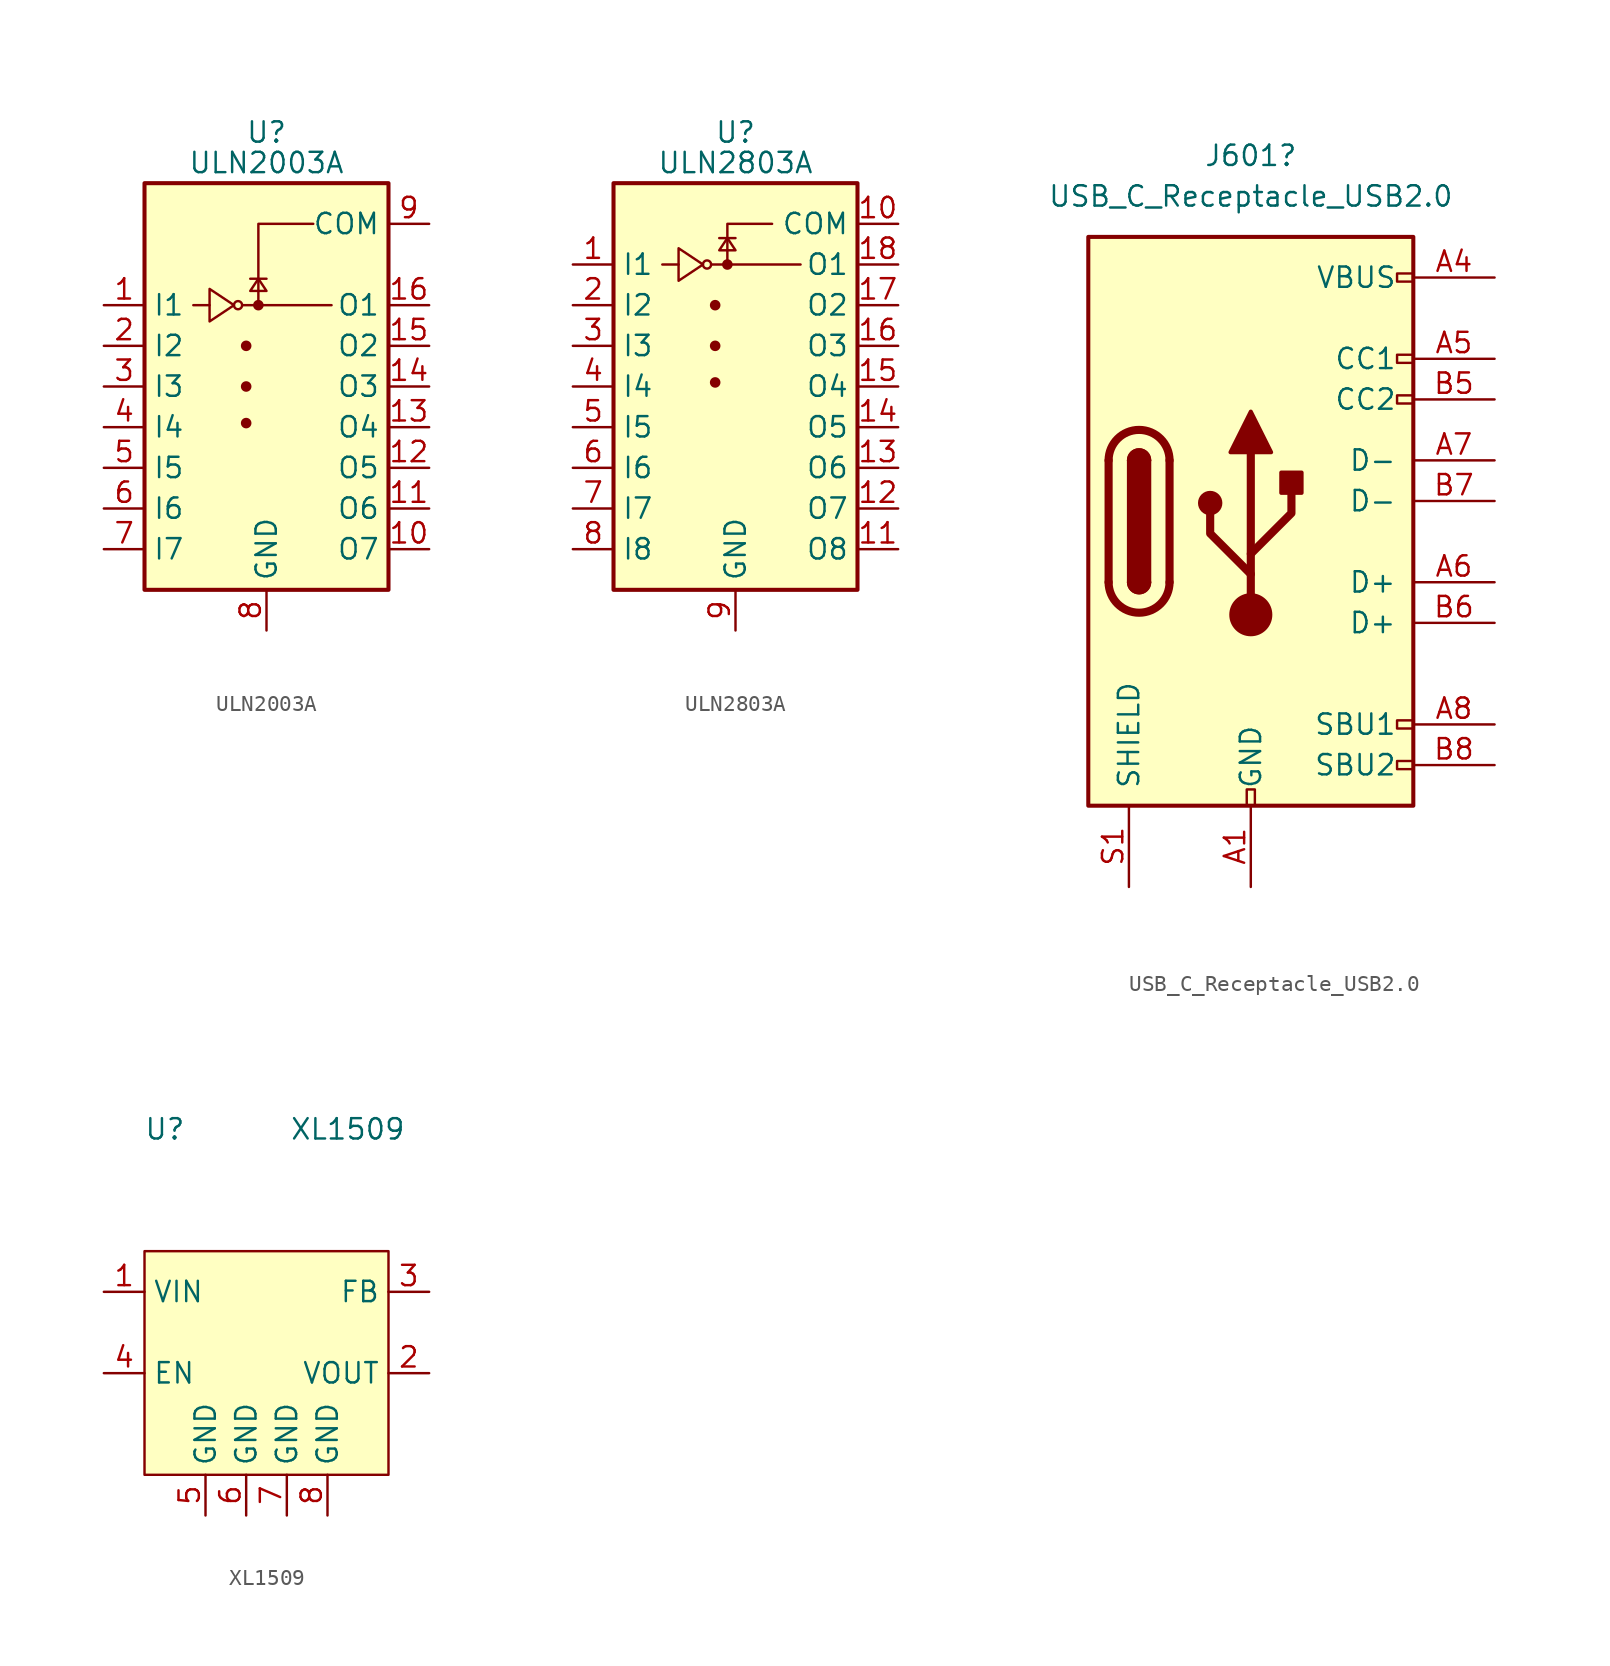
<source format=kicad_sym>
(kicad_symbol_lib
  (version 20241209)
  (generator "kicad_symbol_editor")
  (generator_version "9.0")
  (symbol "ULN2003A"
    (property "Reference" "U"
      (at 0 15.875 0)
      (effects (font (size 1.27 1.27))))
    (property "Value" "ULN2003A"
      (at 0 13.97 0)
      (effects (font (size 1.27 1.27))))
    (symbol "ULN2003A_0_1"
      (rectangle (start -7.62 -12.7) (end 7.62 12.7) (stroke (width 0.254) (type default)) (fill (type background)))
      (polyline (pts (xy -4.572 5.08) (xy -3.556 5.08)) (stroke (width 0) (type default)) (fill (type none)))
      (polyline (pts (xy -3.556 6.096) (xy -3.556 4.064) (xy -2.032 5.08) (xy -3.556 6.096)) (stroke (width 0) (type default)) (fill (type none)))
      (circle (center -1.778 5.08) (radius 0.254) (stroke (width 0) (type default)) (fill (type none)))
      (polyline (pts (xy -1.524 5.08) (xy 4.064 5.08)) (stroke (width 0) (type default)) (fill (type none)))
      (circle (center -1.27 2.54) (radius 0.254) (stroke (width 0) (type default)) (fill (type outline)))
      (circle (center -1.27 0) (radius 0.254) (stroke (width 0) (type default)) (fill (type outline)))
      (circle (center -1.27 -2.286) (radius 0.254) (stroke (width 0) (type default)) (fill (type outline)))
      (circle (center -0.508 5.08) (radius 0.254) (stroke (width 0) (type default)) (fill (type outline)))
      (polyline (pts (xy -0.508 5.08) (xy -0.508 10.16) (xy 2.921 10.16)) (stroke (width 0) (type default)) (fill (type none)))
      (polyline (pts (xy 0 6.731) (xy -1.016 6.731)) (stroke (width 0) (type default)) (fill (type none)))
      (polyline (pts (xy 0 5.969) (xy -1.016 5.969) (xy -0.508 6.731) (xy 0 5.969)) (stroke (width 0) (type default)) (fill (type none))))
    (symbol "ULN2003A_1_1"
      (pin input line (at -10.16 5.08 0) (length 2.54) (name "I1" (effects (font (size 1.27 1.27)))) (number "1" (effects (font (size 1.27 1.27)))))
      (pin input line (at -10.16 2.54 0) (length 2.54) (name "I2" (effects (font (size 1.27 1.27)))) (number "2" (effects (font (size 1.27 1.27)))))
      (pin input line (at -10.16 0 0) (length 2.54) (name "I3" (effects (font (size 1.27 1.27)))) (number "3" (effects (font (size 1.27 1.27)))))
      (pin input line (at -10.16 -2.54 0) (length 2.54) (name "I4" (effects (font (size 1.27 1.27)))) (number "4" (effects (font (size 1.27 1.27)))))
      (pin input line (at -10.16 -5.08 0) (length 2.54) (name "I5" (effects (font (size 1.27 1.27)))) (number "5" (effects (font (size 1.27 1.27)))))
      (pin input line (at -10.16 -7.62 0) (length 2.54) (name "I6" (effects (font (size 1.27 1.27)))) (number "6" (effects (font (size 1.27 1.27)))))
      (pin input line (at -10.16 -10.16 0) (length 2.54) (name "I7" (effects (font (size 1.27 1.27)))) (number "7" (effects (font (size 1.27 1.27)))))
      (pin power_in line (at 0 -15.24 90) (length 2.54) (name "GND" (effects (font (size 1.27 1.27)))) (number "8" (effects (font (size 1.27 1.27)))))
      (pin passive line (at 10.16 10.16 180) (length 2.54) (name "COM" (effects (font (size 1.27 1.27)))) (number "9" (effects (font (size 1.27 1.27)))))
      (pin open_collector line (at 10.16 5.08 180) (length 2.54) (name "O1" (effects (font (size 1.27 1.27)))) (number "16" (effects (font (size 1.27 1.27)))))
      (pin open_collector line (at 10.16 2.54 180) (length 2.54) (name "O2" (effects (font (size 1.27 1.27)))) (number "15" (effects (font (size 1.27 1.27)))))
      (pin open_collector line (at 10.16 0 180) (length 2.54) (name "O3" (effects (font (size 1.27 1.27)))) (number "14" (effects (font (size 1.27 1.27)))))
      (pin open_collector line (at 10.16 -2.54 180) (length 2.54) (name "O4" (effects (font (size 1.27 1.27)))) (number "13" (effects (font (size 1.27 1.27)))))
      (pin open_collector line (at 10.16 -5.08 180) (length 2.54) (name "O5" (effects (font (size 1.27 1.27)))) (number "12" (effects (font (size 1.27 1.27)))))
      (pin open_collector line (at 10.16 -7.62 180) (length 2.54) (name "O6" (effects (font (size 1.27 1.27)))) (number "11" (effects (font (size 1.27 1.27)))))
      (pin open_collector line (at 10.16 -10.16 180) (length 2.54) (name "O7" (effects (font (size 1.27 1.27)))) (number "10" (effects (font (size 1.27 1.27)))))))
  (symbol "ULN2803A"
    (property "Reference" "U"
      (at 0 13.335 0)
      (effects (font (size 1.27 1.27))))
    (property "Value" "ULN2803A"
      (at 0 11.43 0)
      (effects (font (size 1.27 1.27))))
    (symbol "ULN2803A_0_1"
      (rectangle (start -7.62 -15.24) (end 7.62 10.16) (stroke (width 0.254) (type default)) (fill (type background)))
      (polyline (pts (xy -4.572 5.08) (xy -3.556 5.08)) (stroke (width 0) (type default)) (fill (type none)))
      (polyline (pts (xy -3.556 6.096) (xy -3.556 4.064) (xy -2.032 5.08) (xy -3.556 6.096)) (stroke (width 0) (type default)) (fill (type none)))
      (circle (center -1.778 5.08) (radius 0.254) (stroke (width 0) (type default)) (fill (type none)))
      (polyline (pts (xy -1.524 5.08) (xy 4.064 5.08)) (stroke (width 0) (type default)) (fill (type none)))
      (circle (center -1.27 2.54) (radius 0.254) (stroke (width 0) (type default)) (fill (type outline)))
      (circle (center -1.27 0) (radius 0.254) (stroke (width 0) (type default)) (fill (type outline)))
      (circle (center -1.27 -2.286) (radius 0.254) (stroke (width 0) (type default)) (fill (type outline)))
      (circle (center -0.508 5.08) (radius 0.254) (stroke (width 0) (type default)) (fill (type outline)))
      (polyline (pts (xy -0.508 5.08) (xy -0.508 7.62) (xy 2.286 7.62)) (stroke (width 0) (type default)) (fill (type none)))
      (polyline (pts (xy 0 6.731) (xy -1.016 6.731)) (stroke (width 0) (type default)) (fill (type none)))
      (polyline (pts (xy 0 5.969) (xy -1.016 5.969) (xy -0.508 6.731) (xy 0 5.969)) (stroke (width 0) (type default)) (fill (type none))))
    (symbol "ULN2803A_1_1"
      (pin input line (at -10.16 5.08 0) (length 2.54) (name "I1" (effects (font (size 1.27 1.27)))) (number "1" (effects (font (size 1.27 1.27)))))
      (pin input line (at -10.16 2.54 0) (length 2.54) (name "I2" (effects (font (size 1.27 1.27)))) (number "2" (effects (font (size 1.27 1.27)))))
      (pin input line (at -10.16 0 0) (length 2.54) (name "I3" (effects (font (size 1.27 1.27)))) (number "3" (effects (font (size 1.27 1.27)))))
      (pin input line (at -10.16 -2.54 0) (length 2.54) (name "I4" (effects (font (size 1.27 1.27)))) (number "4" (effects (font (size 1.27 1.27)))))
      (pin input line (at -10.16 -5.08 0) (length 2.54) (name "I5" (effects (font (size 1.27 1.27)))) (number "5" (effects (font (size 1.27 1.27)))))
      (pin input line (at -10.16 -7.62 0) (length 2.54) (name "I6" (effects (font (size 1.27 1.27)))) (number "6" (effects (font (size 1.27 1.27)))))
      (pin input line (at -10.16 -10.16 0) (length 2.54) (name "I7" (effects (font (size 1.27 1.27)))) (number "7" (effects (font (size 1.27 1.27)))))
      (pin input line (at -10.16 -12.7 0) (length 2.54) (name "I8" (effects (font (size 1.27 1.27)))) (number "8" (effects (font (size 1.27 1.27)))))
      (pin power_in line (at 0 -17.78 90) (length 2.54) (name "GND" (effects (font (size 1.27 1.27)))) (number "9" (effects (font (size 1.27 1.27)))))
      (pin passive line (at 10.16 7.62 180) (length 2.54) (name "COM" (effects (font (size 1.27 1.27)))) (number "10" (effects (font (size 1.27 1.27)))))
      (pin open_collector line (at 10.16 5.08 180) (length 2.54) (name "O1" (effects (font (size 1.27 1.27)))) (number "18" (effects (font (size 1.27 1.27)))))
      (pin open_collector line (at 10.16 2.54 180) (length 2.54) (name "O2" (effects (font (size 1.27 1.27)))) (number "17" (effects (font (size 1.27 1.27)))))
      (pin open_collector line (at 10.16 0 180) (length 2.54) (name "O3" (effects (font (size 1.27 1.27)))) (number "16" (effects (font (size 1.27 1.27)))))
      (pin open_collector line (at 10.16 -2.54 180) (length 2.54) (name "O4" (effects (font (size 1.27 1.27)))) (number "15" (effects (font (size 1.27 1.27)))))
      (pin open_collector line (at 10.16 -5.08 180) (length 2.54) (name "O5" (effects (font (size 1.27 1.27)))) (number "14" (effects (font (size 1.27 1.27)))))
      (pin open_collector line (at 10.16 -7.62 180) (length 2.54) (name "O6" (effects (font (size 1.27 1.27)))) (number "13" (effects (font (size 1.27 1.27)))))
      (pin open_collector line (at 10.16 -10.16 180) (length 2.54) (name "O7" (effects (font (size 1.27 1.27)))) (number "12" (effects (font (size 1.27 1.27)))))
      (pin open_collector line (at 10.16 -12.7 180) (length 2.54) (name "O8" (effects (font (size 1.27 1.27)))) (number "11" (effects (font (size 1.27 1.27)))))))
  (symbol "USB_C_Receptacle_USB2.0"
    (pin_names
      (offset 1.016))
    (property "Reference" "J601"
      (at 0 22.86 0)
      (effects (font (size 1.27 1.27))))
    (property "Value" "USB_C_Receptacle_USB2.0"
      (at 0 20.32 0)
      (effects (font (size 1.27 1.27))))
    (symbol "USB_C_Receptacle_USB2.0_0_0"
      (rectangle (start -0.254 -17.78) (end 0.254 -16.764) (stroke (width 0) (type default)) (fill (type none)))
      (rectangle (start 10.16 15.494) (end 9.144 14.986) (stroke (width 0) (type default)) (fill (type none)))
      (rectangle (start 10.16 10.414) (end 9.144 9.906) (stroke (width 0) (type default)) (fill (type none)))
      (rectangle (start 10.16 7.874) (end 9.144 7.366) (stroke (width 0) (type default)) (fill (type none)))
      (rectangle (start 10.16 -12.446) (end 9.144 -12.954) (stroke (width 0) (type default)) (fill (type none)))
      (rectangle (start 10.16 -14.986) (end 9.144 -15.494) (stroke (width 0) (type default)) (fill (type none))))
    (symbol "USB_C_Receptacle_USB2.0_0_1"
      (rectangle (start -10.16 17.78) (end 10.16 -17.78) (stroke (width 0.254) (type default)) (fill (type background)))
      (polyline (pts (xy -8.89 -3.81) (xy -8.89 3.81)) (stroke (width 0.508) (type default)) (fill (type none)))
      (rectangle (start -7.62 -3.81) (end -6.35 3.81) (stroke (width 0.254) (type default)) (fill (type outline)))
      (arc (start -7.62 3.81) (mid -6.985 4.4423) (end -6.35 3.81) (stroke (width 0.254) (type default)) (fill (type none)))
      (arc (start -7.62 3.81) (mid -6.985 4.4423) (end -6.35 3.81) (stroke (width 0.254) (type default)) (fill (type outline)))
      (arc (start -8.89 3.81) (mid -6.985 5.7067) (end -5.08 3.81) (stroke (width 0.508) (type default)) (fill (type none)))
      (arc (start -5.08 -3.81) (mid -6.985 -5.7067) (end -8.89 -3.81) (stroke (width 0.508) (type default)) (fill (type none)))
      (arc (start -6.35 -3.81) (mid -6.985 -4.4423) (end -7.62 -3.81) (stroke (width 0.254) (type default)) (fill (type none)))
      (arc (start -6.35 -3.81) (mid -6.985 -4.4423) (end -7.62 -3.81) (stroke (width 0.254) (type default)) (fill (type outline)))
      (polyline (pts (xy -5.08 3.81) (xy -5.08 -3.81)) (stroke (width 0.508) (type default)) (fill (type none)))
      (circle (center -2.54 1.143) (radius 0.635) (stroke (width 0.254) (type default)) (fill (type outline)))
      (polyline (pts (xy -1.27 4.318) (xy 0 6.858) (xy 1.27 4.318) (xy -1.27 4.318)) (stroke (width 0.254) (type default)) (fill (type outline)))
      (polyline (pts (xy 0 -2.032) (xy 2.54 0.508) (xy 2.54 1.778)) (stroke (width 0.508) (type default)) (fill (type none)))
      (polyline (pts (xy 0 -3.302) (xy -2.54 -0.762) (xy -2.54 0.508)) (stroke (width 0.508) (type default)) (fill (type none)))
      (polyline (pts (xy 0 -5.842) (xy 0 4.318)) (stroke (width 0.508) (type default)) (fill (type none)))
      (circle (center 0 -5.842) (radius 1.27) (stroke (width 0) (type default)) (fill (type outline)))
      (rectangle (start 1.905 1.778) (end 3.175 3.048) (stroke (width 0.254) (type default)) (fill (type outline))))
    (symbol "USB_C_Receptacle_USB2.0_1_1"
      (pin passive line (at -7.62 -22.86 90) (length 5.08) (name "SHIELD" (effects (font (size 1.27 1.27)))) (number "S1" (effects (font (size 1.27 1.27)))))
      (pin passive line (at 0 -22.86 90) (length 5.08) (name "GND" (effects (font (size 1.27 1.27)))) (number "A1" (effects (font (size 1.27 1.27)))))
      (pin passive line (at 0 -22.86 90) (length 5.08) (hide yes) (name "GND" (effects (font (size 1.27 1.27)))) (number "A12" (effects (font (size 1.27 1.27)))))
      (pin passive line (at 0 -22.86 90) (length 5.08) (hide yes) (name "GND" (effects (font (size 1.27 1.27)))) (number "B1" (effects (font (size 1.27 1.27)))))
      (pin passive line (at 0 -22.86 90) (length 5.08) (hide yes) (name "GND" (effects (font (size 1.27 1.27)))) (number "B12" (effects (font (size 1.27 1.27)))))
      (pin passive line (at 15.24 15.24 180) (length 5.08) (name "VBUS" (effects (font (size 1.27 1.27)))) (number "A4" (effects (font (size 1.27 1.27)))))
      (pin passive line (at 15.24 15.24 180) (length 5.08) (hide yes) (name "VBUS" (effects (font (size 1.27 1.27)))) (number "A9" (effects (font (size 1.27 1.27)))))
      (pin passive line (at 15.24 15.24 180) (length 5.08) (hide yes) (name "VBUS" (effects (font (size 1.27 1.27)))) (number "B4" (effects (font (size 1.27 1.27)))))
      (pin passive line (at 15.24 15.24 180) (length 5.08) (hide yes) (name "VBUS" (effects (font (size 1.27 1.27)))) (number "B9" (effects (font (size 1.27 1.27)))))
      (pin bidirectional line (at 15.24 10.16 180) (length 5.08) (name "CC1" (effects (font (size 1.27 1.27)))) (number "A5" (effects (font (size 1.27 1.27)))))
      (pin bidirectional line (at 15.24 7.62 180) (length 5.08) (name "CC2" (effects (font (size 1.27 1.27)))) (number "B5" (effects (font (size 1.27 1.27)))))
      (pin bidirectional line (at 15.24 3.81 180) (length 5.08) (name "D-" (effects (font (size 1.27 1.27)))) (number "A7" (effects (font (size 1.27 1.27)))))
      (pin bidirectional line (at 15.24 1.27 180) (length 5.08) (name "D-" (effects (font (size 1.27 1.27)))) (number "B7" (effects (font (size 1.27 1.27)))))
      (pin bidirectional line (at 15.24 -3.81 180) (length 5.08) (name "D+" (effects (font (size 1.27 1.27)))) (number "A6" (effects (font (size 1.27 1.27)))))
      (pin bidirectional line (at 15.24 -6.35 180) (length 5.08) (name "D+" (effects (font (size 1.27 1.27)))) (number "B6" (effects (font (size 1.27 1.27)))))
      (pin bidirectional line (at 15.24 -12.7 180) (length 5.08) (name "SBU1" (effects (font (size 1.27 1.27)))) (number "A8" (effects (font (size 1.27 1.27)))))
      (pin bidirectional line (at 15.24 -15.24 180) (length 5.08) (name "SBU2" (effects (font (size 1.27 1.27)))) (number "B8" (effects (font (size 1.27 1.27)))))))
  (symbol "XL1509"
    (property "Reference" "U"
      (at -6.35 16.51 0)
      (effects (font (size 1.27 1.27))))
    (property "Value" "XL1509"
      (at 5.08 16.51 0)
      (effects (font (size 1.27 1.27))))
    (symbol "XL1509_0_0"
      (pin input line (at -3.81 -7.62 90) (length 2.54) (name "GND" (effects (font (size 1.27 1.27)))) (number "5" (effects (font (size 1.27 1.27)))))
      (pin input line (at -1.27 -7.62 90) (length 2.54) (name "GND" (effects (font (size 1.27 1.27)))) (number "6" (effects (font (size 1.27 1.27)))))
      (pin input line (at 1.27 -7.62 90) (length 2.54) (name "GND" (effects (font (size 1.27 1.27)))) (number "7" (effects (font (size 1.27 1.27)))))
      (pin input line (at 3.81 -7.62 90) (length 2.54) (name "GND" (effects (font (size 1.27 1.27)))) (number "8" (effects (font (size 1.27 1.27))))))
    (symbol "XL1509_0_1"
      (rectangle (start -7.62 8.89) (end 7.62 -5.08) (stroke (width 0.152) (type default)) (fill (type background))))
    (symbol "XL1509_1_1"
      (pin input line (at -10.16 6.35 0) (length 2.54) (name "VIN" (effects (font (size 1.27 1.27)))) (number "1" (effects (font (size 1.27 1.27)))))
      (pin input line (at -10.16 1.27 0) (length 2.54) (name "EN" (effects (font (size 1.27 1.27)))) (number "4" (effects (font (size 1.27 1.27)))))
      (pin input line (at 10.16 6.35 180) (length 2.54) (name "FB" (effects (font (size 1.27 1.27)))) (number "3" (effects (font (size 1.27 1.27)))))
      (pin input line (at 10.16 1.27 180) (length 2.54) (name "VOUT" (effects (font (size 1.27 1.27)))) (number "2" (effects (font (size 1.27 1.27))))))))
</source>
